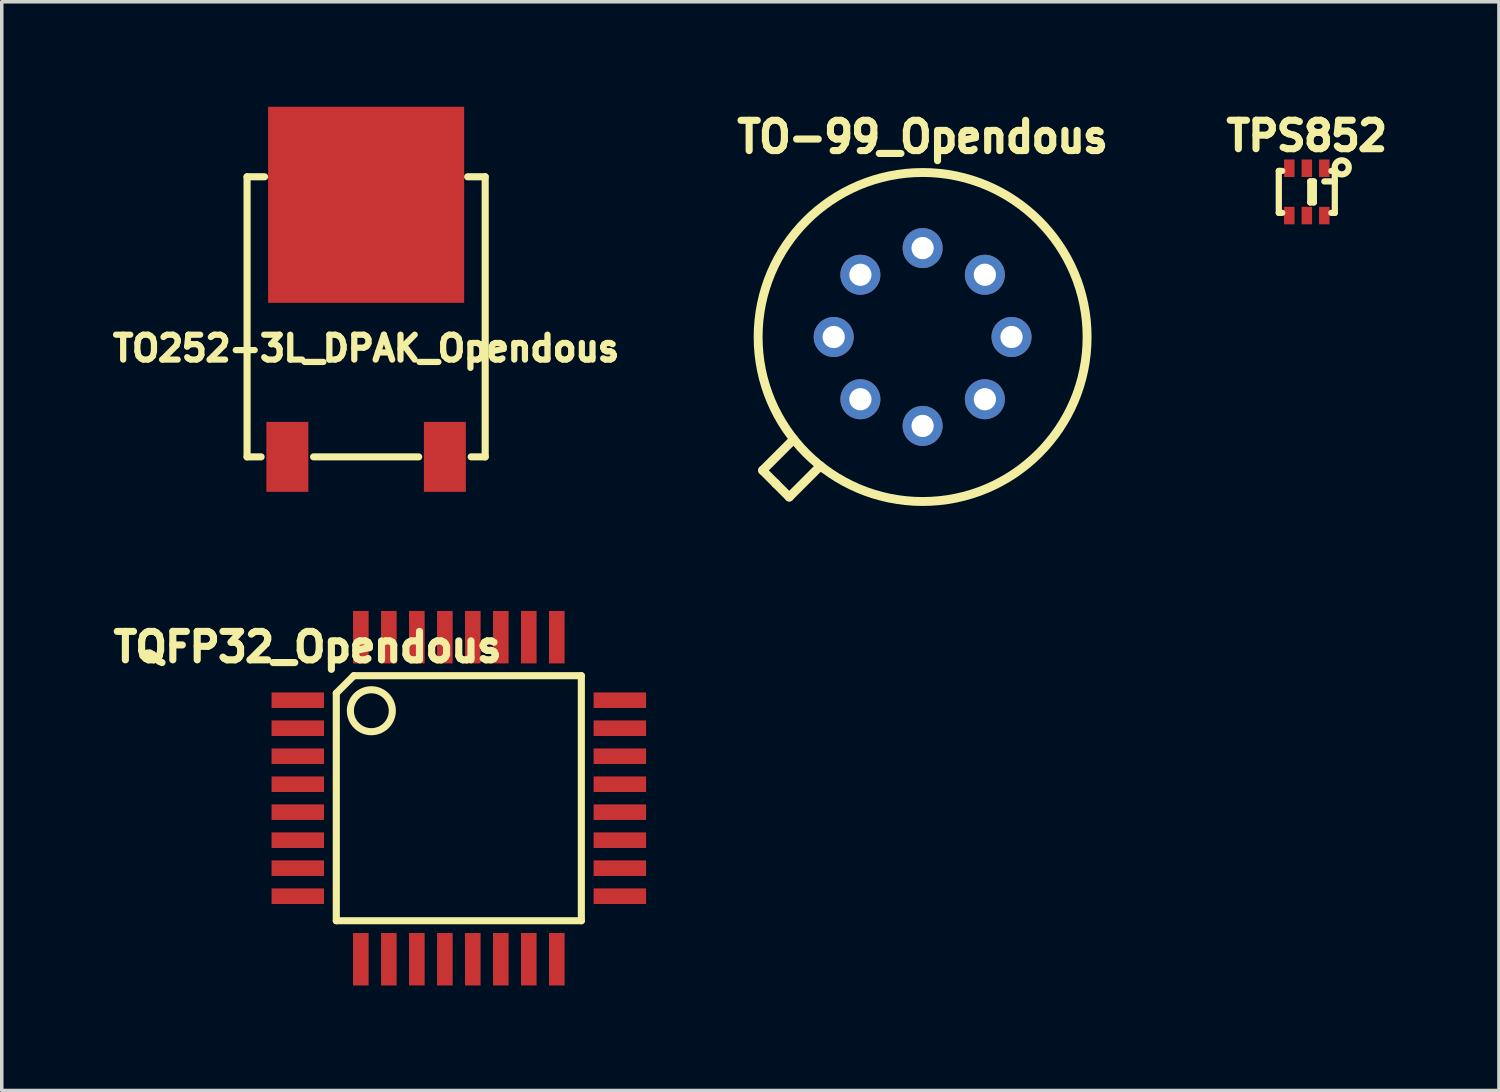
<source format=kicad_pcb>
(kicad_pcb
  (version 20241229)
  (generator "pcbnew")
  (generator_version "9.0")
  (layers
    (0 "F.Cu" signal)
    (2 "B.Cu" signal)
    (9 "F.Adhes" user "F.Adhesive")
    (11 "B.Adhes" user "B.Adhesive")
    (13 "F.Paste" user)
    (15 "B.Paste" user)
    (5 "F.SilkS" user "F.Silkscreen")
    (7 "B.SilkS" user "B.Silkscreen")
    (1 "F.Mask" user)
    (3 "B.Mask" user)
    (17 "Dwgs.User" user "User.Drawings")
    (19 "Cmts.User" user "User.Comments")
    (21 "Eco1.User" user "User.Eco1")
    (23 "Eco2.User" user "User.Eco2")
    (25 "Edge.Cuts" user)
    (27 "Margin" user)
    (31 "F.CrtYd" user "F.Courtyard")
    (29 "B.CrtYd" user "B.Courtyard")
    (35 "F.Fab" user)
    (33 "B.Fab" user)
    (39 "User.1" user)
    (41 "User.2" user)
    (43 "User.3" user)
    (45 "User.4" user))
  (footprint "TPS852"
    (layer "F.Cu")
    (at 34.281 2.432)
    (property "Reference" "TPS852" (at 0 -1.6 0) (layer "F.SilkS") (effects (font (size 0.813 0.813) (thickness 0.203))))
    (attr smd)
    (fp_line (start -0.8 -0.599) (end -0.8 0.599) (stroke (width 0.178) (type solid)) (layer "F.SilkS"))
    (fp_line (start -0.8 -0.599) (end -0.701 -0.599) (stroke (width 0.178) (type solid)) (layer "F.SilkS"))
    (fp_line (start -0.8 0.599) (end -0.701 0.599) (stroke (width 0.178) (type solid)) (layer "F.SilkS"))
    (fp_line (start 0.099 -0.3) (end 0.099 0.3) (stroke (width 0.178) (type solid)) (layer "F.SilkS"))
    (fp_line (start 0.099 0.3) (end 0.201 0.3) (stroke (width 0.178) (type solid)) (layer "F.SilkS"))
    (fp_line (start 0.201 -0.3) (end 0.099 -0.3) (stroke (width 0.178) (type solid)) (layer "F.SilkS"))
    (fp_line (start 0.201 0.3) (end 0.201 -0.3) (stroke (width 0.178) (type solid)) (layer "F.SilkS"))
    (fp_line (start 0.5 -0.3) (end 0.8 -0.3) (stroke (width 0.178) (type solid)) (layer "F.SilkS"))
    (fp_line (start 0.8 -0.599) (end 0.701 -0.599) (stroke (width 0.178) (type solid)) (layer "F.SilkS"))
    (fp_line (start 0.8 -0.599) (end 0.8 0.599) (stroke (width 0.178) (type solid)) (layer "F.SilkS"))
    (fp_line (start 0.8 0.599) (end 0.701 0.599) (stroke (width 0.178) (type solid)) (layer "F.SilkS"))
    (fp_circle (center 0.998 -0.701) (end 1.199 -0.701) (stroke (width 0.178) (type solid)) (fill no) (layer "F.SilkS"))
    (pad "1" smd rect (at 0.5 -0.676) (size 0.3 0.5) (layers "F.Cu" "F.Mask" "F.Paste"))
    (pad "2" smd rect (at 0 -0.676) (size 0.3 0.5) (layers "F.Cu" "F.Mask" "F.Paste"))
    (pad "3" smd rect (at -0.5 -0.676) (size 0.3 0.5) (layers "F.Cu" "F.Mask" "F.Paste"))
    (pad "4" smd rect (at -0.5 0.676) (size 0.3 0.5) (layers "F.Cu" "F.Mask" "F.Paste"))
    (pad "5" smd rect (at 0 0.676) (size 0.3 0.5) (layers "F.Cu" "F.Mask" "F.Paste"))
    (pad "6" smd rect (at 0.5 0.676) (size 0.3 0.5) (layers "F.Cu" "F.Mask" "F.Paste")))
  (footprint "TO252-3L_DPAK_Opendous"
    (layer "F.Cu")
    (at 7.409 10.001)
    (property "Reference" "TO252-3L_DPAK_Opendous" (at 0 -3.099 0) (layer "F.SilkS") (effects (font (size 0.711 0.711) (thickness 0.178))))
    (attr through_hole)
    (fp_line (start -3.401 -8.001) (end -2.901 -8.001) (stroke (width 0.203) (type solid)) (layer "F.SilkS"))
    (fp_line (start -3.401 0) (end -3.401 -8.001) (stroke (width 0.203) (type solid)) (layer "F.SilkS"))
    (fp_line (start -3.401 0) (end -3 0) (stroke (width 0.203) (type solid)) (layer "F.SilkS"))
    (fp_line (start 1.501 0) (end -1.501 0) (stroke (width 0.203) (type solid)) (layer "F.SilkS"))
    (fp_line (start 3.401 -8.001) (end 2.901 -8.001) (stroke (width 0.203) (type solid)) (layer "F.SilkS"))
    (fp_line (start 3.401 0) (end 3 0) (stroke (width 0.203) (type solid)) (layer "F.SilkS"))
    (fp_line (start 3.401 0) (end 3.401 -8.001) (stroke (width 0.203) (type solid)) (layer "F.SilkS"))
    (pad "1" smd rect (at -2.25 0) (size 1.199 1.999) (layers "F.Cu" "F.Mask" "F.Paste"))
    (pad "2" smd rect (at 0 -7.201) (size 5.601 5.601) (layers "F.Cu" "F.Mask" "F.Paste"))
    (pad "3" smd rect (at 2.25 0) (size 1.199 1.999) (layers "F.Cu" "F.Mask" "F.Paste")))
  (footprint "TO-99_Opendous"
    (layer "F.Cu")
    (at 23.306 6.577)
    (property "Reference" "TO-99_Opendous" (at 0 -5.715 0) (layer "F.SilkS") (effects (font (size 0.864 0.813) (thickness 0.203))))
    (attr through_hole)
    (fp_line (start -4.572 3.81) (end -3.683 2.921) (stroke (width 0.254) (type solid)) (layer "F.SilkS"))
    (fp_line (start -4.191 4.191) (end -4.572 3.81) (stroke (width 0.254) (type solid)) (layer "F.SilkS"))
    (fp_line (start -4.191 4.191) (end -3.81 4.572) (stroke (width 0.254) (type solid)) (layer "F.SilkS"))
    (fp_line (start -3.81 4.572) (end -2.921 3.683) (stroke (width 0.254) (type solid)) (layer "F.SilkS"))
    (fp_circle (center 0 0) (end 4.699 0) (stroke (width 0.254) (type solid)) (fill no) (layer "F.SilkS"))
    (pad "1" thru_hole circle (at -2.54 0) (size 1.143 1.143) (drill 0.635) (layers "*.Cu" "*.Mask"))
    (pad "2" thru_hole circle (at -1.778 -1.778) (size 1.143 1.143) (drill 0.635) (layers "*.Cu" "*.Mask"))
    (pad "3" thru_hole circle (at 0 -2.54) (size 1.143 1.143) (drill 0.635) (layers "*.Cu" "*.Mask"))
    (pad "4" thru_hole circle (at 1.778 -1.778) (size 1.143 1.143) (drill 0.635) (layers "*.Cu" "*.Mask"))
    (pad "5" thru_hole circle (at 2.54 0) (size 1.143 1.143) (drill 0.635) (layers "*.Cu" "*.Mask"))
    (pad "6" thru_hole circle (at 1.778 1.778) (size 1.143 1.143) (drill 0.635) (layers "*.Cu" "*.Mask"))
    (pad "7" thru_hole circle (at 0 2.54) (size 1.143 1.143) (drill 0.635) (layers "*.Cu" "*.Mask"))
    (pad "8" thru_hole circle (at -1.778 1.778) (size 1.143 1.143) (drill 0.635) (layers "*.Cu" "*.Mask")))
  (footprint "TQFP32_Opendous"
    (layer "F.Cu")
    (at 10.057 19.752)
    (property "Reference" "TQFP32_Opendous" (at -4.318 -4.318 0) (layer "F.SilkS") (effects (font (size 0.813 0.813) (thickness 0.203))))
    (attr smd)
    (fp_line (start -3.5 -3) (end -3 -3.5) (stroke (width 0.203) (type solid)) (layer "F.SilkS"))
    (fp_line (start -3.5 3.5) (end -3.5 -3) (stroke (width 0.203) (type solid)) (layer "F.SilkS"))
    (fp_line (start -3 -3.5) (end 3.5 -3.5) (stroke (width 0.203) (type solid)) (layer "F.SilkS"))
    (fp_line (start 3.5 -3.5) (end 3.5 3.5) (stroke (width 0.203) (type solid)) (layer "F.SilkS"))
    (fp_line (start 3.5 3.5) (end -3.5 3.5) (stroke (width 0.203) (type solid)) (layer "F.SilkS"))
    (fp_circle (center -2.499 -2.499) (end -1.9 -2.499) (stroke (width 0.203) (type solid)) (fill no) (layer "F.SilkS"))
    (pad "1" smd rect (at -4.6 -2.799) (size 1.499 0.445) (layers "F.Cu" "F.Mask" "F.Paste"))
    (pad "2" smd rect (at -4.6 -1.999) (size 1.499 0.445) (layers "F.Cu" "F.Mask" "F.Paste"))
    (pad "3" smd rect (at -4.6 -1.199) (size 1.499 0.445) (layers "F.Cu" "F.Mask" "F.Paste"))
    (pad "4" smd rect (at -4.6 -0.399) (size 1.499 0.445) (layers "F.Cu" "F.Mask" "F.Paste"))
    (pad "5" smd rect (at -4.6 0.399) (size 1.499 0.445) (layers "F.Cu" "F.Mask" "F.Paste"))
    (pad "6" smd rect (at -4.6 1.199) (size 1.499 0.445) (layers "F.Cu" "F.Mask" "F.Paste"))
    (pad "7" smd rect (at -4.6 1.999) (size 1.499 0.445) (layers "F.Cu" "F.Mask" "F.Paste"))
    (pad "8" smd rect (at -4.6 2.799) (size 1.499 0.445) (layers "F.Cu" "F.Mask" "F.Paste"))
    (pad "9" smd rect (at -2.799 4.6) (size 0.445 1.499) (layers "F.Cu" "F.Mask" "F.Paste"))
    (pad "10" smd rect (at -1.999 4.6) (size 0.445 1.499) (layers "F.Cu" "F.Mask" "F.Paste"))
    (pad "11" smd rect (at -1.199 4.6) (size 0.445 1.499) (layers "F.Cu" "F.Mask" "F.Paste"))
    (pad "12" smd rect (at -0.399 4.6) (size 0.445 1.499) (layers "F.Cu" "F.Mask" "F.Paste"))
    (pad "13" smd rect (at 0.399 4.6) (size 0.445 1.499) (layers "F.Cu" "F.Mask" "F.Paste"))
    (pad "14" smd rect (at 1.199 4.6) (size 0.445 1.499) (layers "F.Cu" "F.Mask" "F.Paste"))
    (pad "15" smd rect (at 1.999 4.6) (size 0.445 1.499) (layers "F.Cu" "F.Mask" "F.Paste"))
    (pad "16" smd rect (at 2.799 4.6) (size 0.445 1.499) (layers "F.Cu" "F.Mask" "F.Paste"))
    (pad "17" smd rect (at 4.6 2.799) (size 1.499 0.445) (layers "F.Cu" "F.Mask" "F.Paste"))
    (pad "18" smd rect (at 4.6 1.999) (size 1.499 0.445) (layers "F.Cu" "F.Mask" "F.Paste"))
    (pad "19" smd rect (at 4.6 1.199) (size 1.499 0.445) (layers "F.Cu" "F.Mask" "F.Paste"))
    (pad "20" smd rect (at 4.6 0.399) (size 1.499 0.445) (layers "F.Cu" "F.Mask" "F.Paste"))
    (pad "21" smd rect (at 4.6 -0.399) (size 1.499 0.445) (layers "F.Cu" "F.Mask" "F.Paste"))
    (pad "22" smd rect (at 4.6 -1.199) (size 1.499 0.445) (layers "F.Cu" "F.Mask" "F.Paste"))
    (pad "23" smd rect (at 4.6 -1.999) (size 1.499 0.445) (layers "F.Cu" "F.Mask" "F.Paste"))
    (pad "24" smd rect (at 4.6 -2.799) (size 1.499 0.445) (layers "F.Cu" "F.Mask" "F.Paste"))
    (pad "25" smd rect (at 2.799 -4.6) (size 0.445 1.499) (layers "F.Cu" "F.Mask" "F.Paste"))
    (pad "26" smd rect (at 1.999 -4.6) (size 0.445 1.499) (layers "F.Cu" "F.Mask" "F.Paste"))
    (pad "27" smd rect (at 1.199 -4.6) (size 0.445 1.499) (layers "F.Cu" "F.Mask" "F.Paste"))
    (pad "28" smd rect (at 0.399 -4.6) (size 0.445 1.499) (layers "F.Cu" "F.Mask" "F.Paste"))
    (pad "29" smd rect (at -0.399 -4.6) (size 0.445 1.499) (layers "F.Cu" "F.Mask" "F.Paste"))
    (pad "30" smd rect (at -1.199 -4.6) (size 0.445 1.499) (layers "F.Cu" "F.Mask" "F.Paste"))
    (pad "31" smd rect (at -1.999 -4.6) (size 0.445 1.499) (layers "F.Cu" "F.Mask" "F.Paste"))
    (pad "32" smd rect (at -2.799 -4.6) (size 0.445 1.499) (layers "F.Cu" "F.Mask" "F.Paste")))
  (gr_rect
    (start -3 -3)
    (end 39.769 28.101)
    (stroke (width 0.1) (type default))
    (fill no)
    (layer "Edge.Cuts")))
</source>
